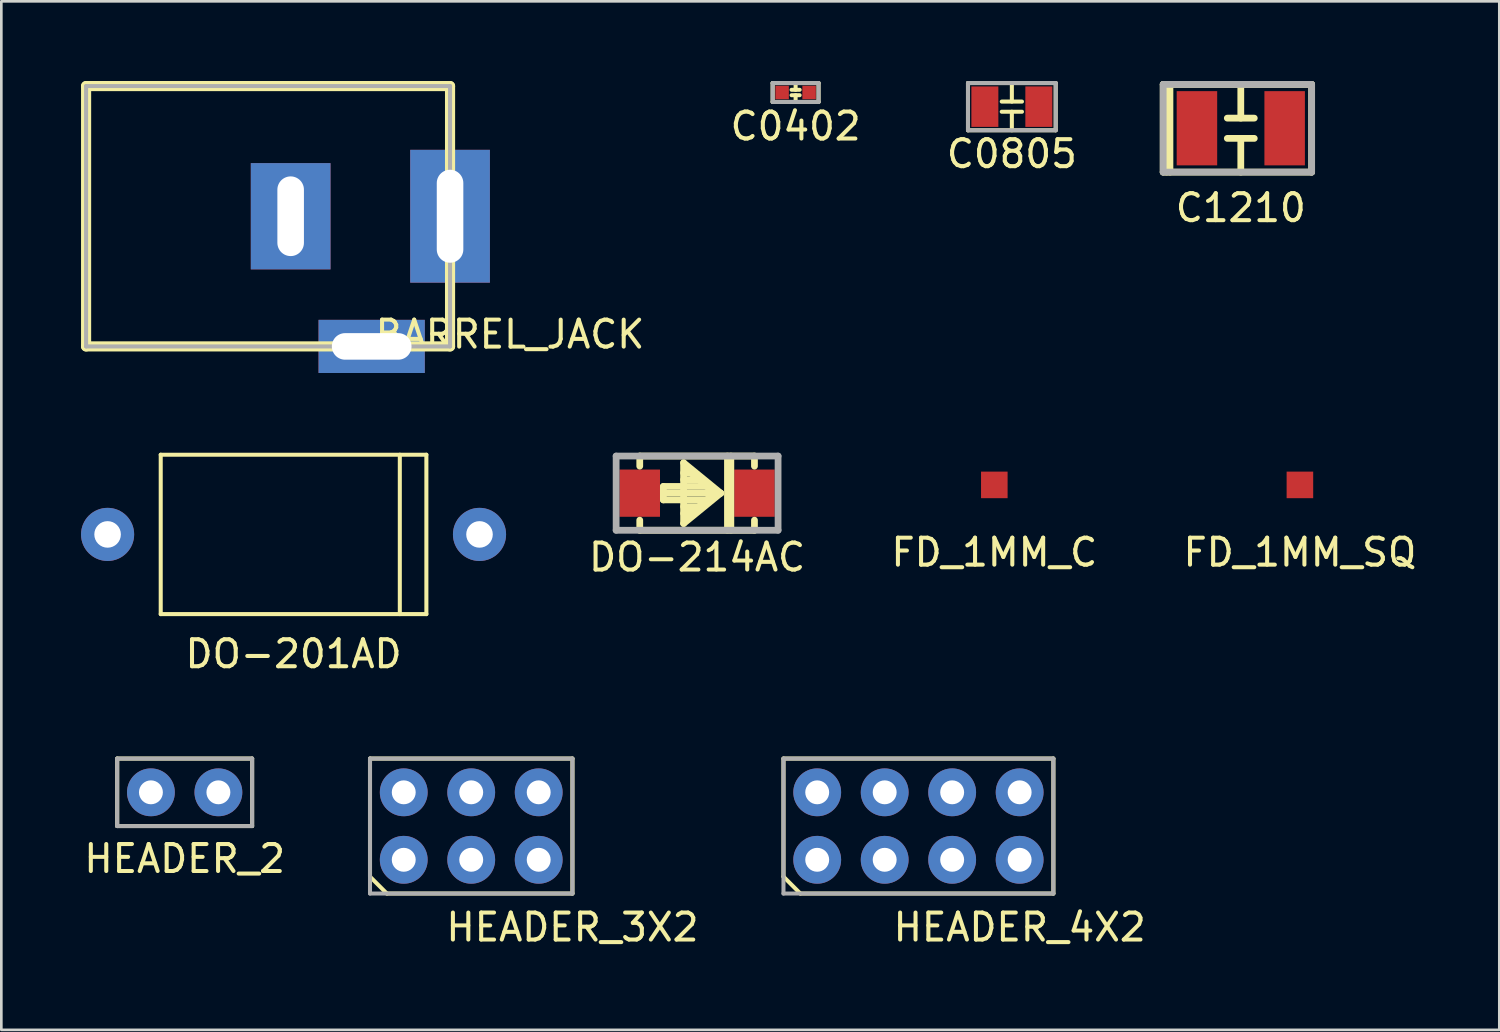
<source format=kicad_pcb>
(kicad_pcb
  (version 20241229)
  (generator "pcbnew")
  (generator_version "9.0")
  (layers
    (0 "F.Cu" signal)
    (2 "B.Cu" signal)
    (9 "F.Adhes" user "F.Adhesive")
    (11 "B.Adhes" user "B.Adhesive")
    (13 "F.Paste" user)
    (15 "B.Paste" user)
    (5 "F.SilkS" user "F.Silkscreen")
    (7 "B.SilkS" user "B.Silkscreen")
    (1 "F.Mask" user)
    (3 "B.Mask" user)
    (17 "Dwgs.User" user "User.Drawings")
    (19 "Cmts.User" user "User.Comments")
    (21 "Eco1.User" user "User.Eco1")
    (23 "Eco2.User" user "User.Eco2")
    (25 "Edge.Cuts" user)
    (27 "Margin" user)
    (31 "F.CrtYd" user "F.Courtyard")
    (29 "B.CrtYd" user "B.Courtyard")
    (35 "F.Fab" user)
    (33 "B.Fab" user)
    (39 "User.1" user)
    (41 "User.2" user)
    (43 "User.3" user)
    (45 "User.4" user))
  (footprint "FD_1MM_SQ"
    (layer "F.Cu")
    (at 45.882 15.203)
    (property "Reference" "FD_1MM_SQ" (at 0 2.54 0) (layer "F.SilkS") (effects (font (size 1.016 1.016) (thickness 0.152))))
    (attr smd)
    (fp_poly (pts (xy 1.2 1.2) (xy -1.2 1.2) (xy -1.2 -1.2) (xy 1.2 -1.2)) (stroke (width 0.025) (type solid)) (fill yes) (layer "F.Mask"))
    (pad "~" smd rect (at 0 0) (size 1 1) (layers "F.Cu" "F.Mask")))
  (footprint "C0805"
    (layer "F.Cu")
    (at 35.039 0.965)
    (property "Reference" "C0805" (at 0 1.778 0) (layer "F.SilkS") (effects (font (size 1.016 1.016) (thickness 0.152))))
    (attr smd)
    (fp_line (start -1.651 -0.889) (end 1.651 -0.889) (stroke (width 0.152) (type solid)) (layer "F.SilkS"))
    (fp_line (start -1.651 0.889) (end -1.651 -0.889) (stroke (width 0.152) (type solid)) (layer "F.SilkS"))
    (fp_line (start -0.381 -0.191) (end 0.381 -0.191) (stroke (width 0.152) (type solid)) (layer "F.SilkS"))
    (fp_line (start -0.381 0.191) (end 0.381 0.191) (stroke (width 0.152) (type solid)) (layer "F.SilkS"))
    (fp_line (start 0 -0.191) (end 0 -0.889) (stroke (width 0.152) (type solid)) (layer "F.SilkS"))
    (fp_line (start 0 0.191) (end 0 0.889) (stroke (width 0.152) (type solid)) (layer "F.SilkS"))
    (fp_line (start 1.651 -0.889) (end 1.651 0.889) (stroke (width 0.152) (type solid)) (layer "F.SilkS"))
    (fp_line (start 1.651 0.889) (end -1.651 0.889) (stroke (width 0.152) (type solid)) (layer "F.SilkS"))
    (fp_line (start -1.651 -0.889) (end -1.651 0.889) (stroke (width 0.152) (type solid)) (layer "F.Fab"))
    (fp_line (start -1.651 0.889) (end 1.651 0.889) (stroke (width 0.152) (type solid)) (layer "F.Fab"))
    (fp_line (start 1.651 -0.889) (end -1.651 -0.889) (stroke (width 0.152) (type solid)) (layer "F.Fab"))
    (fp_line (start 1.651 0.889) (end 1.651 -0.889) (stroke (width 0.152) (type solid)) (layer "F.Fab"))
    (pad "1" smd rect (at -1.016 0) (size 1.016 1.524) (layers "F.Cu" "F.Mask" "F.Paste"))
    (pad "2" smd rect (at 1.016 0) (size 1.016 1.524) (layers "F.Cu" "F.Mask" "F.Paste")))
  (footprint "BARREL_JACK"
    (layer "F.Cu")
    (at 7.891 5.09)
    (property "Reference" "BARREL_JACK" (at 8.255 4.445 0) (layer "F.SilkS") (effects (font (size 1.016 1.016) (thickness 0.152))))
    (attr through_hole)
    (fp_line (start -7.7 -4.9) (end -7.7 4.9) (stroke (width 0.381) (type solid)) (layer "F.SilkS"))
    (fp_line (start -7.7 -4.9) (end 6 -4.9) (stroke (width 0.381) (type solid)) (layer "F.SilkS"))
    (fp_line (start -7.7 4.9) (end 6 4.9) (stroke (width 0.381) (type solid)) (layer "F.SilkS"))
    (fp_line (start 6 4.9) (end 6 -4.9) (stroke (width 0.381) (type solid)) (layer "F.SilkS"))
    (fp_line (start -7.7 -4.9) (end -7.7 4.9) (stroke (width 0.152) (type solid)) (layer "F.Fab"))
    (fp_line (start -7.7 4.9) (end 6 4.9) (stroke (width 0.152) (type solid)) (layer "F.Fab"))
    (fp_line (start 6 -4.9) (end -7.7 -4.9) (stroke (width 0.152) (type solid)) (layer "F.Fab"))
    (fp_line (start 6 4.9) (end 6 -4.9) (stroke (width 0.152) (type solid)) (layer "F.Fab"))
    (pad "1" thru_hole rect (at 6 0) (size 3 5) (drill oval 1 3.5) (layers "*.Cu" "*.Mask"))
    (pad "2" thru_hole rect (at 0 0) (size 3 4) (drill oval 1 3) (layers "*.Cu" "*.Mask"))
    (pad "3" thru_hole rect (at 3.05 4.9) (size 4 2) (drill oval 3 1) (layers "*.Cu" "*.Mask")))
  (footprint "C0402"
    (layer "F.Cu")
    (at 26.899 0.432)
    (property "Reference" "C0402" (at 0 1.27 0) (layer "F.SilkS") (effects (font (size 1.016 1.016) (thickness 0.152))))
    (attr smd)
    (fp_line (start -0.864 -0.356) (end 0.864 -0.356) (stroke (width 0.152) (type solid)) (layer "F.SilkS"))
    (fp_line (start -0.864 0.356) (end -0.864 -0.356) (stroke (width 0.152) (type solid)) (layer "F.SilkS"))
    (fp_line (start -0.152 -0.102) (end 0.152 -0.102) (stroke (width 0.152) (type solid)) (layer "F.SilkS"))
    (fp_line (start -0.152 0.102) (end 0.152 0.102) (stroke (width 0.152) (type solid)) (layer "F.SilkS"))
    (fp_line (start 0 -0.102) (end 0 -0.356) (stroke (width 0.152) (type solid)) (layer "F.SilkS"))
    (fp_line (start 0 0.102) (end 0 0.356) (stroke (width 0.152) (type solid)) (layer "F.SilkS"))
    (fp_line (start 0.864 -0.356) (end 0.864 0.356) (stroke (width 0.152) (type solid)) (layer "F.SilkS"))
    (fp_line (start 0.864 0.356) (end -0.864 0.356) (stroke (width 0.152) (type solid)) (layer "F.SilkS"))
    (fp_line (start -0.864 -0.356) (end 0.864 -0.356) (stroke (width 0.152) (type solid)) (layer "F.Fab"))
    (fp_line (start -0.864 0.356) (end -0.864 -0.356) (stroke (width 0.152) (type solid)) (layer "F.Fab"))
    (fp_line (start 0.864 -0.356) (end 0.864 0.356) (stroke (width 0.152) (type solid)) (layer "F.Fab"))
    (fp_line (start 0.864 0.356) (end -0.864 0.356) (stroke (width 0.152) (type solid)) (layer "F.Fab"))
    (pad "1" smd rect (at -0.508 0) (size 0.508 0.508) (layers "F.Cu" "F.Mask" "F.Paste"))
    (pad "2" smd rect (at 0.508 0) (size 0.508 0.508) (layers "F.Cu" "F.Mask" "F.Paste")))
  (footprint "DO-201AD"
    (layer "F.Cu")
    (at 8 17.067)
    (property "Reference" "DO-201AD" (at 0 4.5 0) (layer "F.SilkS") (effects (font (size 1.016 1.016) (thickness 0.152))))
    (attr through_hole)
    (fp_line (start -5 -3) (end -5 3) (stroke (width 0.152) (type solid)) (layer "F.SilkS"))
    (fp_line (start -5 3) (end 5 3) (stroke (width 0.152) (type solid)) (layer "F.SilkS"))
    (fp_line (start 4 -3) (end 4 3) (stroke (width 0.152) (type solid)) (layer "F.SilkS"))
    (fp_line (start 5 -3) (end -5 -3) (stroke (width 0.152) (type solid)) (layer "F.SilkS"))
    (fp_line (start 5 3) (end 5 -3) (stroke (width 0.152) (type solid)) (layer "F.SilkS"))
    (pad "1" thru_hole circle (at -7 0) (size 2 2) (drill 1) (layers "*.Cu" "*.Mask"))
    (pad "2" thru_hole circle (at 7 0) (size 2 2) (drill 1) (layers "*.Cu" "*.Mask")))
  (footprint "C1210"
    (layer "F.Cu")
    (at 43.657 1.778)
    (property "Reference" "C1210" (at 0 2.997 0) (layer "F.SilkS") (effects (font (size 1.016 1.016) (thickness 0.152))))
    (attr smd)
    (fp_line (start -2.921 -1.651) (end -2.921 1.651) (stroke (width 0.254) (type solid)) (layer "F.SilkS"))
    (fp_line (start -2.921 1.651) (end 2.667 1.651) (stroke (width 0.254) (type solid)) (layer "F.SilkS"))
    (fp_line (start -2.794 -1.651) (end -2.794 1.651) (stroke (width 0.254) (type solid)) (layer "F.SilkS"))
    (fp_line (start -2.667 1.651) (end -2.667 -1.651) (stroke (width 0.254) (type solid)) (layer "F.SilkS"))
    (fp_line (start -0.508 -0.381) (end 0.508 -0.381) (stroke (width 0.254) (type solid)) (layer "F.SilkS"))
    (fp_line (start -0.508 0.381) (end 0.508 0.381) (stroke (width 0.254) (type solid)) (layer "F.SilkS"))
    (fp_line (start 0 -0.381) (end 0 -1.651) (stroke (width 0.254) (type solid)) (layer "F.SilkS"))
    (fp_line (start 0 0.381) (end 0 1.651) (stroke (width 0.254) (type solid)) (layer "F.SilkS"))
    (fp_line (start 2.667 -1.651) (end -2.921 -1.651) (stroke (width 0.254) (type solid)) (layer "F.SilkS"))
    (fp_line (start 2.667 -1.651) (end 2.667 1.651) (stroke (width 0.254) (type solid)) (layer "F.SilkS"))
    (fp_line (start -2.921 -1.651) (end 2.667 -1.651) (stroke (width 0.254) (type solid)) (layer "F.Fab"))
    (fp_line (start -2.921 1.651) (end -2.921 -1.651) (stroke (width 0.254) (type solid)) (layer "F.Fab"))
    (fp_line (start 2.667 -1.651) (end 2.667 1.651) (stroke (width 0.254) (type solid)) (layer "F.Fab"))
    (fp_line (start 2.667 1.651) (end -2.921 1.651) (stroke (width 0.254) (type solid)) (layer "F.Fab"))
    (pad "1" smd rect (at -1.651 0) (size 1.524 2.794) (layers "F.Cu" "F.Mask" "F.Paste"))
    (pad "2" smd rect (at 1.651 0) (size 1.524 2.794) (layers "F.Cu" "F.Mask" "F.Paste")))
  (footprint "HEADER_3X2"
    (layer "F.Cu")
    (at 14.688 28.045)
    (property "Reference" "HEADER_3X2" (at 3.81 3.81 0) (layer "F.SilkS") (effects (font (size 1.016 1.016) (thickness 0.152))))
    (attr through_hole)
    (fp_line (start -3.81 -2.54) (end 3.81 -2.54) (stroke (width 0.152) (type solid)) (layer "F.SilkS"))
    (fp_line (start -3.81 1.905) (end -3.81 -2.54) (stroke (width 0.152) (type solid)) (layer "F.SilkS"))
    (fp_line (start -3.175 2.54) (end -3.81 1.905) (stroke (width 0.152) (type solid)) (layer "F.SilkS"))
    (fp_line (start 3.81 -2.54) (end 3.81 2.54) (stroke (width 0.152) (type solid)) (layer "F.SilkS"))
    (fp_line (start 3.81 2.54) (end -3.175 2.54) (stroke (width 0.152) (type solid)) (layer "F.SilkS"))
    (fp_line (start -3.81 -2.54) (end -3.81 2.54) (stroke (width 0.152) (type solid)) (layer "F.Fab"))
    (fp_line (start -3.81 2.54) (end 3.81 2.54) (stroke (width 0.152) (type solid)) (layer "F.Fab"))
    (fp_line (start 3.81 -2.54) (end -3.81 -2.54) (stroke (width 0.152) (type solid)) (layer "F.Fab"))
    (fp_line (start 3.81 2.54) (end 3.81 -2.54) (stroke (width 0.152) (type solid)) (layer "F.Fab"))
    (pad "1" thru_hole circle (at -2.54 1.27) (size 1.8 1.8) (drill 0.9) (layers "*.Cu" "*.Mask"))
    (pad "2" thru_hole circle (at -2.54 -1.27) (size 1.8 1.8) (drill 0.9) (layers "*.Cu" "*.Mask"))
    (pad "3" thru_hole circle (at 0 1.27) (size 1.8 1.8) (drill 0.9) (layers "*.Cu" "*.Mask"))
    (pad "4" thru_hole circle (at 0 -1.27) (size 1.8 1.8) (drill 0.9) (layers "*.Cu" "*.Mask"))
    (pad "5" thru_hole circle (at 2.54 1.27) (size 1.8 1.8) (drill 0.9) (layers "*.Cu" "*.Mask"))
    (pad "6" thru_hole circle (at 2.54 -1.27) (size 1.8 1.8) (drill 0.9) (layers "*.Cu" "*.Mask")))
  (footprint "HEADER_4X2"
    (layer "F.Cu")
    (at 31.522 28.045)
    (property "Reference" "HEADER_4X2" (at 3.81 3.81 0) (layer "F.SilkS") (effects (font (size 1.016 1.016) (thickness 0.152))))
    (attr through_hole)
    (fp_line (start -5.08 -2.54) (end 5.08 -2.54) (stroke (width 0.152) (type solid)) (layer "F.SilkS"))
    (fp_line (start -5.08 1.905) (end -5.08 -2.54) (stroke (width 0.152) (type solid)) (layer "F.SilkS"))
    (fp_line (start -4.445 2.54) (end -5.08 1.905) (stroke (width 0.152) (type solid)) (layer "F.SilkS"))
    (fp_line (start 5.08 -2.54) (end 5.08 2.54) (stroke (width 0.152) (type solid)) (layer "F.SilkS"))
    (fp_line (start 5.08 2.54) (end -4.445 2.54) (stroke (width 0.152) (type solid)) (layer "F.SilkS"))
    (fp_line (start -5.08 -2.54) (end -5.08 2.54) (stroke (width 0.152) (type solid)) (layer "F.Fab"))
    (fp_line (start -5.08 2.54) (end 5.08 2.54) (stroke (width 0.152) (type solid)) (layer "F.Fab"))
    (fp_line (start 5.08 -2.54) (end -5.08 -2.54) (stroke (width 0.152) (type solid)) (layer "F.Fab"))
    (fp_line (start 5.08 2.54) (end 5.08 -2.54) (stroke (width 0.152) (type solid)) (layer "F.Fab"))
    (pad "1" thru_hole circle (at -3.81 1.27) (size 1.8 1.8) (drill 0.9) (layers "*.Cu" "*.Mask"))
    (pad "2" thru_hole circle (at -3.81 -1.27) (size 1.8 1.8) (drill 0.9) (layers "*.Cu" "*.Mask"))
    (pad "3" thru_hole circle (at -1.27 1.27) (size 1.8 1.8) (drill 0.9) (layers "*.Cu" "*.Mask"))
    (pad "4" thru_hole circle (at -1.27 -1.27) (size 1.8 1.8) (drill 0.9) (layers "*.Cu" "*.Mask"))
    (pad "5" thru_hole circle (at 1.27 1.27) (size 1.8 1.8) (drill 0.9) (layers "*.Cu" "*.Mask"))
    (pad "6" thru_hole circle (at 1.27 -1.27) (size 1.8 1.8) (drill 0.9) (layers "*.Cu" "*.Mask"))
    (pad "7" thru_hole circle (at 3.81 1.27) (size 1.8 1.8) (drill 0.9) (layers "*.Cu" "*.Mask"))
    (pad "8" thru_hole circle (at 3.81 -1.27) (size 1.8 1.8) (drill 0.9) (layers "*.Cu" "*.Mask")))
  (footprint "FD_1MM_C"
    (layer "F.Cu")
    (at 34.379 15.203)
    (property "Reference" "FD_1MM_C" (at 0 2.54 0) (layer "F.SilkS") (effects (font (size 1.016 1.016) (thickness 0.152))))
    (attr through_hole)
    (fp_poly (pts (xy 1.2 1.2) (xy -1.2 1.2) (xy -1.2 -1.2) (xy 1.2 -1.2)) (stroke (width 0.025) (type solid)) (fill yes) (layer "F.Mask"))
    (pad "~" smd rect (at 0 0) (size 1 1) (layers "F.Cu" "F.Mask")))
  (footprint "DO-214AC"
    (layer "F.Cu")
    (at 23.191 15.514)
    (property "Reference" "DO-214AC" (at 0 2.413 0) (layer "F.SilkS") (effects (font (size 1.016 1.016) (thickness 0.152))))
    (attr smd)
    (fp_line (start -2.159 -1.397) (end -2.159 -1.016) (stroke (width 0.254) (type solid)) (layer "F.SilkS"))
    (fp_line (start -2.159 -1.397) (end 2.159 -1.397) (stroke (width 0.254) (type solid)) (layer "F.SilkS"))
    (fp_line (start -2.159 1.016) (end -2.159 1.397) (stroke (width 0.254) (type solid)) (layer "F.SilkS"))
    (fp_line (start -2.159 1.397) (end 2.159 1.397) (stroke (width 0.254) (type solid)) (layer "F.SilkS"))
    (fp_line (start -1.27 -0.254) (end -1.27 0.254) (stroke (width 0.254) (type solid)) (layer "F.SilkS"))
    (fp_line (start -1.27 -0.254) (end 0.508 -0.254) (stroke (width 0.254) (type solid)) (layer "F.SilkS"))
    (fp_line (start -1.27 0) (end 0.889 0) (stroke (width 0.254) (type solid)) (layer "F.SilkS"))
    (fp_line (start -1.27 0.254) (end 0.508 0.254) (stroke (width 0.254) (type solid)) (layer "F.SilkS"))
    (fp_line (start -0.508 -1.143) (end 0.889 0) (stroke (width 0.254) (type solid)) (layer "F.SilkS"))
    (fp_line (start -0.508 -0.762) (end -0.127 -0.762) (stroke (width 0.254) (type solid)) (layer "F.SilkS"))
    (fp_line (start -0.508 -0.508) (end 0.127 -0.508) (stroke (width 0.254) (type solid)) (layer "F.SilkS"))
    (fp_line (start -0.508 0.508) (end 0.127 0.508) (stroke (width 0.254) (type solid)) (layer "F.SilkS"))
    (fp_line (start -0.508 0.762) (end -0.127 0.762) (stroke (width 0.254) (type solid)) (layer "F.SilkS"))
    (fp_line (start -0.508 1.143) (end -0.508 -1.143) (stroke (width 0.254) (type solid)) (layer "F.SilkS"))
    (fp_line (start -0.381 -0.889) (end 0.508 -0.127) (stroke (width 0.254) (type solid)) (layer "F.SilkS"))
    (fp_line (start 0.508 0.127) (end -0.381 0.889) (stroke (width 0.254) (type solid)) (layer "F.SilkS"))
    (fp_line (start 0.889 0) (end -0.508 1.143) (stroke (width 0.254) (type solid)) (layer "F.SilkS"))
    (fp_line (start 1.143 -1.397) (end 1.143 1.397) (stroke (width 0.254) (type solid)) (layer "F.SilkS"))
    (fp_line (start 1.27 -1.397) (end 1.27 1.397) (stroke (width 0.254) (type solid)) (layer "F.SilkS"))
    (fp_line (start 2.159 -1.397) (end 2.159 -1.016) (stroke (width 0.254) (type solid)) (layer "F.SilkS"))
    (fp_line (start 2.159 1.397) (end 2.159 1.016) (stroke (width 0.254) (type solid)) (layer "F.SilkS"))
    (fp_line (start -3.048 -1.397) (end 3.048 -1.397) (stroke (width 0.254) (type solid)) (layer "F.Fab"))
    (fp_line (start -3.048 1.397) (end -3.048 -1.397) (stroke (width 0.254) (type solid)) (layer "F.Fab"))
    (fp_line (start 3.048 -1.397) (end 3.048 1.397) (stroke (width 0.254) (type solid)) (layer "F.Fab"))
    (fp_line (start 3.048 1.397) (end -3.048 1.397) (stroke (width 0.254) (type solid)) (layer "F.Fab"))
    (pad "1" smd rect (at -2.159 0) (size 1.524 1.778) (layers "F.Cu" "F.Mask" "F.Paste"))
    (pad "2" smd rect (at 2.159 0) (size 1.524 1.778) (layers "F.Cu" "F.Mask" "F.Paste")))
  (footprint "HEADER_2"
    (layer "F.Cu")
    (at 3.901 26.775)
    (property "Reference" "HEADER_2" (at 0 2.5 0) (layer "F.SilkS") (effects (font (size 1.016 1.016) (thickness 0.152))))
    (attr through_hole)
    (fp_line (start -2.54 -1.27) (end 2.54 -1.27) (stroke (width 0.152) (type solid)) (layer "F.SilkS"))
    (fp_line (start -2.54 1.27) (end -2.54 -1.27) (stroke (width 0.152) (type solid)) (layer "F.SilkS"))
    (fp_line (start 2.54 -1.27) (end 2.54 1.27) (stroke (width 0.152) (type solid)) (layer "F.SilkS"))
    (fp_line (start 2.54 1.27) (end -2.54 1.27) (stroke (width 0.152) (type solid)) (layer "F.SilkS"))
    (fp_line (start -2.54 -1.27) (end -2.54 1.27) (stroke (width 0.152) (type solid)) (layer "F.Fab"))
    (fp_line (start -2.54 1.27) (end 2.54 1.27) (stroke (width 0.152) (type solid)) (layer "F.Fab"))
    (fp_line (start 2.54 -1.27) (end -2.54 -1.27) (stroke (width 0.152) (type solid)) (layer "F.Fab"))
    (fp_line (start 2.54 1.27) (end 2.54 -1.27) (stroke (width 0.152) (type solid)) (layer "F.Fab"))
    (pad "1" thru_hole circle (at -1.27 0) (size 1.8 1.8) (drill 0.9) (layers "*.Cu" "*.Mask"))
    (pad "2" thru_hole circle (at 1.27 0) (size 1.8 1.8) (drill 0.9) (layers "*.Cu" "*.Mask")))
  (gr_rect
    (start -3 -3)
    (end 53.388 35.717)
    (stroke (width 0.1) (type default))
    (fill no)
    (layer "Edge.Cuts")))
</source>
